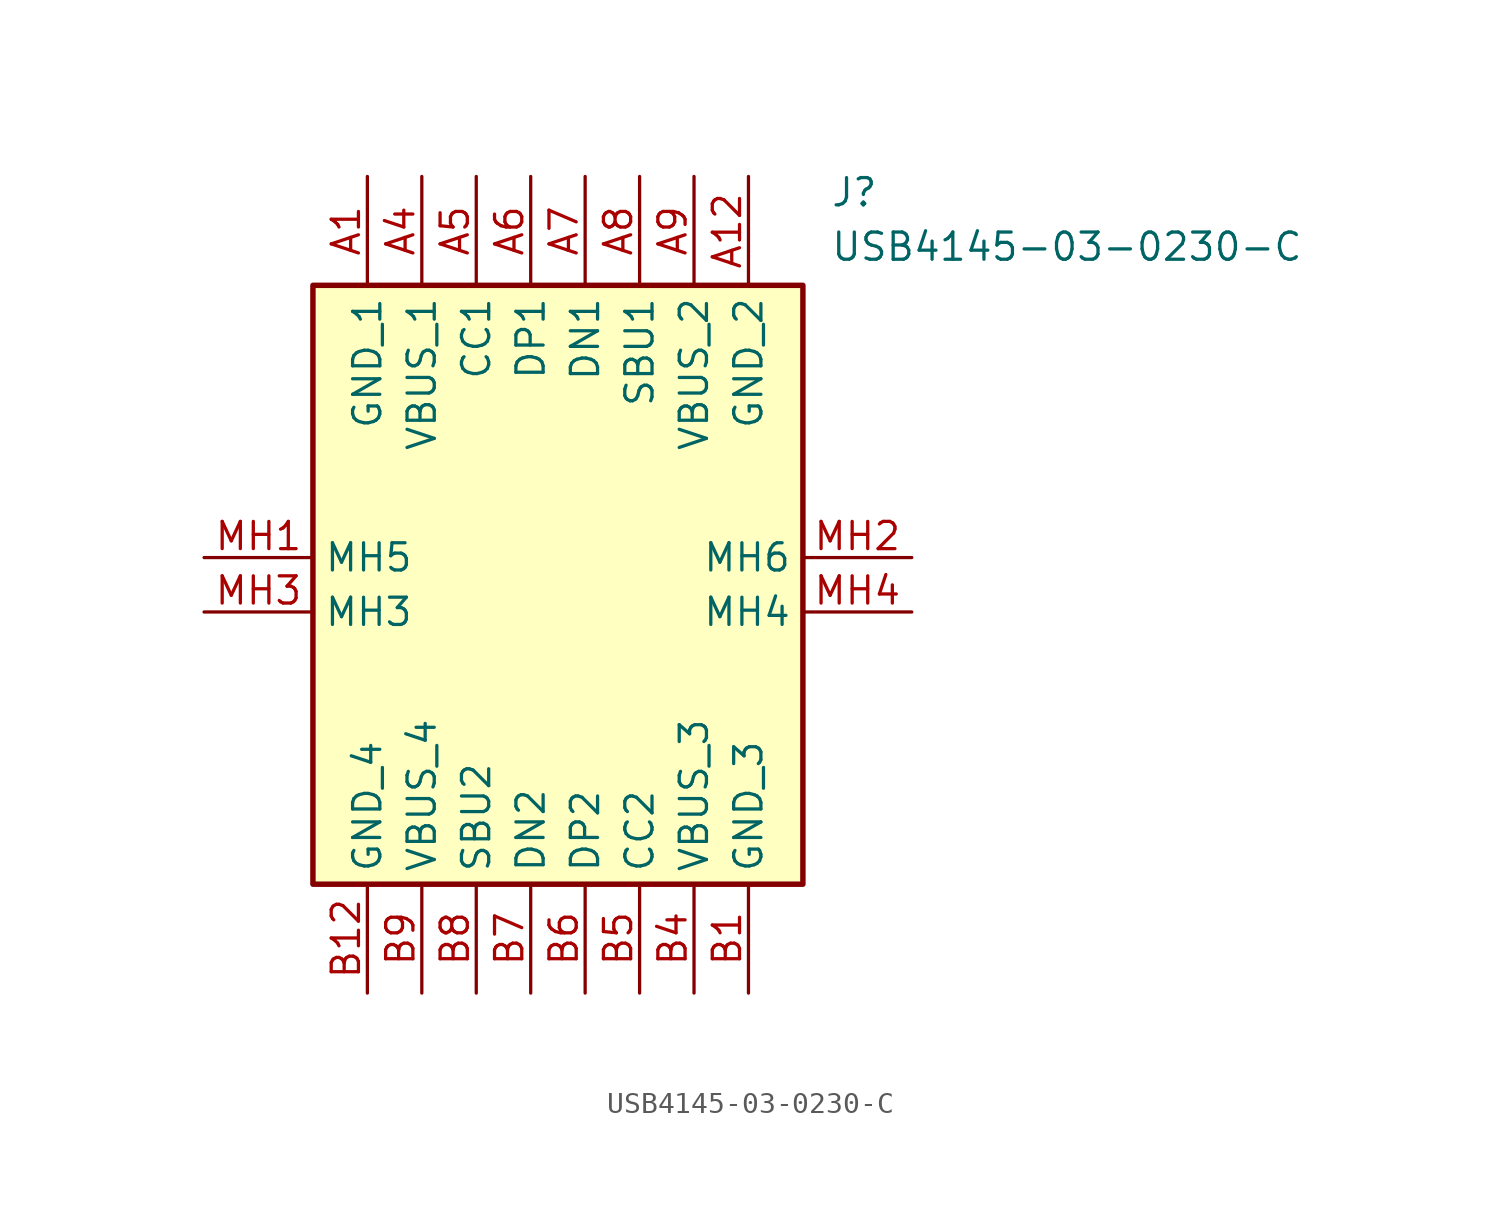
<source format=kicad_sym>
(kicad_symbol_lib
  (version 20211014)
  (generator SamacSys_ECAD_Model)
  (symbol "USB4145-03-0230-C"
    (property "Reference" "J"
      (at 29.21 17.78 0)
      (effects (font (size 1.27 1.27)) (justify left top)))
    (property "Value" "USB4145-03-0230-C"
      (at 29.21 15.24 0)
      (effects (font (size 1.27 1.27)) (justify left top)))
    (rectangle
      (start 5.08 12.7)
      (end 27.94 -15.24)
      (stroke (width 0.254) (type default))
      (fill (type background)))
    (pin passive line
      (at 7.62 17.78 270)
      (length 5.08)
      (name "GND_1" (effects (font (size 1.27 1.27))))
      (number "A1" (effects (font (size 1.27 1.27)))))
    (pin passive line
      (at 10.16 17.78 270)
      (length 5.08)
      (name "VBUS_1" (effects (font (size 1.27 1.27))))
      (number "A4" (effects (font (size 1.27 1.27)))))
    (pin passive line
      (at 12.7 17.78 270)
      (length 5.08)
      (name "CC1" (effects (font (size 1.27 1.27))))
      (number "A5" (effects (font (size 1.27 1.27)))))
    (pin passive line
      (at 15.24 17.78 270)
      (length 5.08)
      (name "DP1" (effects (font (size 1.27 1.27))))
      (number "A6" (effects (font (size 1.27 1.27)))))
    (pin passive line
      (at 17.78 17.78 270)
      (length 5.08)
      (name "DN1" (effects (font (size 1.27 1.27))))
      (number "A7" (effects (font (size 1.27 1.27)))))
    (pin passive line
      (at 20.32 17.78 270)
      (length 5.08)
      (name "SBU1" (effects (font (size 1.27 1.27))))
      (number "A8" (effects (font (size 1.27 1.27)))))
    (pin passive line
      (at 22.86 17.78 270)
      (length 5.08)
      (name "VBUS_2" (effects (font (size 1.27 1.27))))
      (number "A9" (effects (font (size 1.27 1.27)))))
    (pin passive line
      (at 25.4 17.78 270)
      (length 5.08)
      (name "GND_2" (effects (font (size 1.27 1.27))))
      (number "A12" (effects (font (size 1.27 1.27)))))
    (pin passive line
      (at 25.4 -20.32 90)
      (length 5.08)
      (name "GND_3" (effects (font (size 1.27 1.27))))
      (number "B1" (effects (font (size 1.27 1.27)))))
    (pin passive line
      (at 22.86 -20.32 90)
      (length 5.08)
      (name "VBUS_3" (effects (font (size 1.27 1.27))))
      (number "B4" (effects (font (size 1.27 1.27)))))
    (pin passive line
      (at 20.32 -20.32 90)
      (length 5.08)
      (name "CC2" (effects (font (size 1.27 1.27))))
      (number "B5" (effects (font (size 1.27 1.27)))))
    (pin passive line
      (at 17.78 -20.32 90)
      (length 5.08)
      (name "DP2" (effects (font (size 1.27 1.27))))
      (number "B6" (effects (font (size 1.27 1.27)))))
    (pin passive line
      (at 15.24 -20.32 90)
      (length 5.08)
      (name "DN2" (effects (font (size 1.27 1.27))))
      (number "B7" (effects (font (size 1.27 1.27)))))
    (pin passive line
      (at 12.7 -20.32 90)
      (length 5.08)
      (name "SBU2" (effects (font (size 1.27 1.27))))
      (number "B8" (effects (font (size 1.27 1.27)))))
    (pin passive line
      (at 10.16 -20.32 90)
      (length 5.08)
      (name "VBUS_4" (effects (font (size 1.27 1.27))))
      (number "B9" (effects (font (size 1.27 1.27)))))
    (pin passive line
      (at 7.62 -20.32 90)
      (length 5.08)
      (name "GND_4" (effects (font (size 1.27 1.27))))
      (number "B12" (effects (font (size 1.27 1.27)))))
    (pin passive line
      (at 0 0 0)
      (length 5.08)
      (name "MH5" (effects (font (size 1.27 1.27))))
      (number "MH1" (effects (font (size 1.27 1.27)))))
    (pin passive line
      (at 33.02 0 180)
      (length 5.08)
      (name "MH6" (effects (font (size 1.27 1.27))))
      (number "MH2" (effects (font (size 1.27 1.27)))))
    (pin passive line
      (at 0 -2.54 0)
      (length 5.08)
      (name "MH3" (effects (font (size 1.27 1.27))))
      (number "MH3" (effects (font (size 1.27 1.27)))))
    (pin passive line
      (at 33.02 -2.54 180)
      (length 5.08)
      (name "MH4" (effects (font (size 1.27 1.27))))
      (number "MH4" (effects (font (size 1.27 1.27)))))))
</source>
